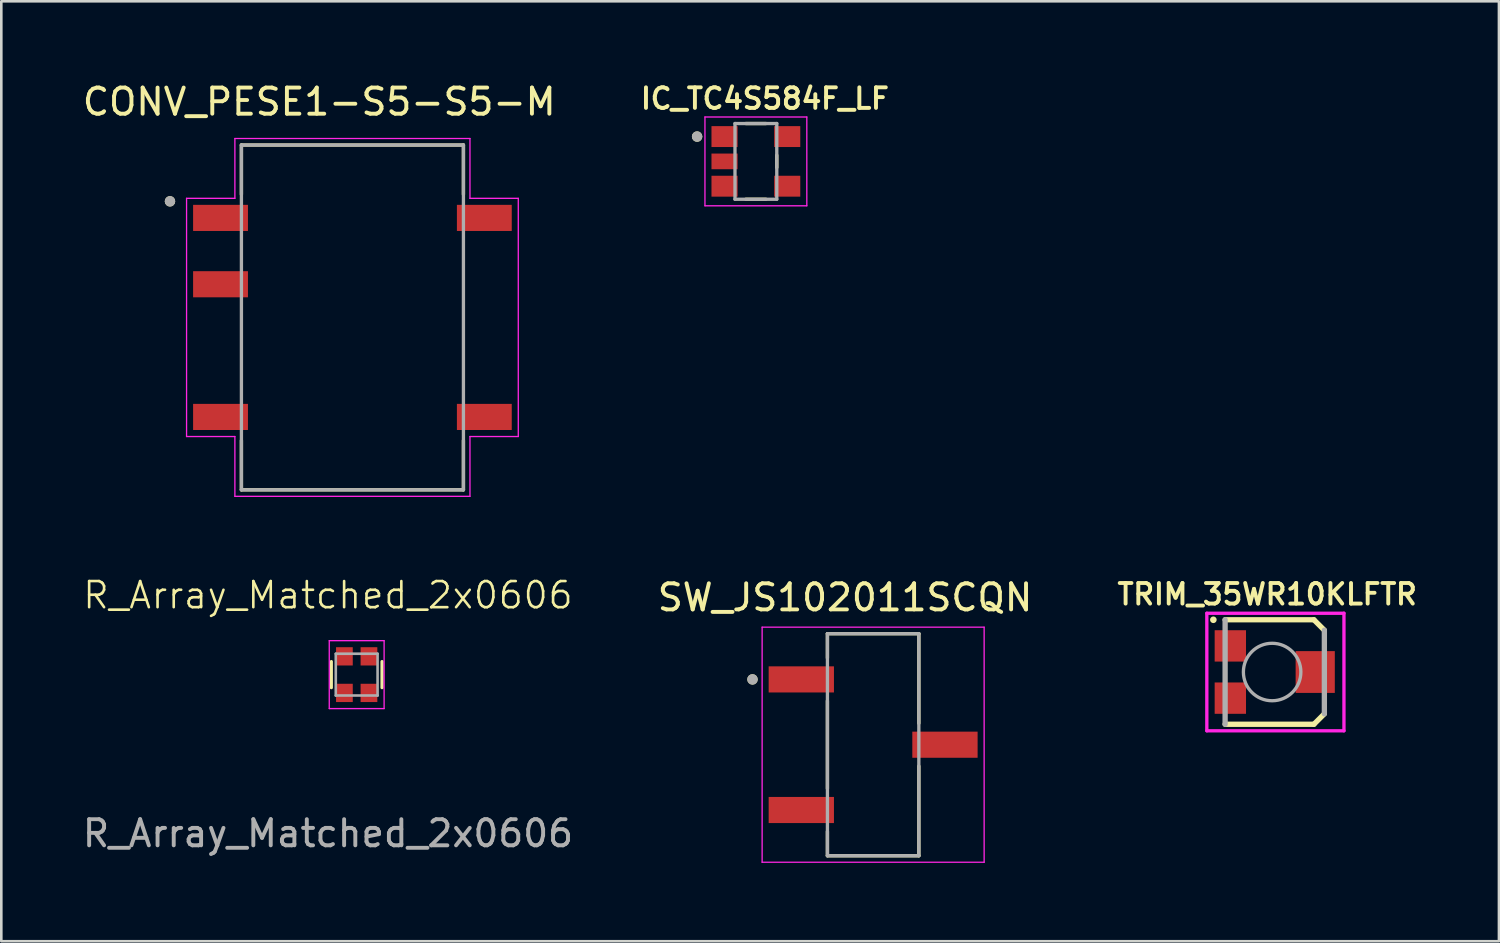
<source format=kicad_pcb>
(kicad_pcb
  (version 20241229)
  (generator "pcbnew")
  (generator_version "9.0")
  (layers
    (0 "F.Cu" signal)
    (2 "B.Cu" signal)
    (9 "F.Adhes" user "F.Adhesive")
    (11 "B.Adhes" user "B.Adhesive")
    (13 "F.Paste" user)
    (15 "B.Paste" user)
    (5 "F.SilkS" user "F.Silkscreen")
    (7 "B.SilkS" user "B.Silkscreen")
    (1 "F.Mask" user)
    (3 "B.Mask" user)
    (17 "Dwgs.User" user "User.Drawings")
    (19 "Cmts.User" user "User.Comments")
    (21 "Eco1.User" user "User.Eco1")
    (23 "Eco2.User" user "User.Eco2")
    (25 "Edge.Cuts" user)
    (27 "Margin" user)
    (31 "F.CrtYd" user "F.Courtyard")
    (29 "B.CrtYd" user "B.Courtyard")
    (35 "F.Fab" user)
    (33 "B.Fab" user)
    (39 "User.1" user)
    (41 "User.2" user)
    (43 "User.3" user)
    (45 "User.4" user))
  (footprint "CONV_PESE1-S5-S5-M"
    (layer "F.Cu")
    (at 10.443 9.103)
    (property "Reference" "CONV_PESE1-S5-S5-M" (at -1.27 -8.255 0) (layer "F.SilkS") (effects (font (size 1 1) (thickness 0.15))))
    (attr smd)
    (fp_line (start -4.25 -6.6) (end -4.25 -4.71) (stroke (width 0.127) (type solid)) (layer "F.SilkS"))
    (fp_line (start -4.25 -6.6) (end 4.25 -6.6) (stroke (width 0.127) (type solid)) (layer "F.SilkS"))
    (fp_line (start -4.25 6.6) (end -4.25 4.71) (stroke (width 0.127) (type solid)) (layer "F.SilkS"))
    (fp_line (start 4.25 -6.6) (end 4.25 -4.71) (stroke (width 0.127) (type solid)) (layer "F.SilkS"))
    (fp_line (start 4.25 6.6) (end -4.25 6.6) (stroke (width 0.127) (type solid)) (layer "F.SilkS"))
    (fp_line (start 4.25 6.6) (end 4.25 4.71) (stroke (width 0.127) (type solid)) (layer "F.SilkS"))
    (fp_circle (center -6.985 -4.445) (end -6.885 -4.445) (stroke (width 0.2) (type solid)) (fill no) (layer "F.SilkS"))
    (fp_line (start -6.35 -4.56) (end -6.35 4.56) (stroke (width 0.05) (type solid)) (layer "F.CrtYd"))
    (fp_line (start -6.35 4.56) (end -4.5 4.56) (stroke (width 0.05) (type solid)) (layer "F.CrtYd"))
    (fp_line (start -4.5 -6.85) (end -4.5 -4.56) (stroke (width 0.05) (type solid)) (layer "F.CrtYd"))
    (fp_line (start -4.5 -4.56) (end -6.35 -4.56) (stroke (width 0.05) (type solid)) (layer "F.CrtYd"))
    (fp_line (start -4.5 4.56) (end -4.5 6.85) (stroke (width 0.05) (type solid)) (layer "F.CrtYd"))
    (fp_line (start -4.5 6.85) (end 4.5 6.85) (stroke (width 0.05) (type solid)) (layer "F.CrtYd"))
    (fp_line (start 4.5 -6.85) (end -4.5 -6.85) (stroke (width 0.05) (type solid)) (layer "F.CrtYd"))
    (fp_line (start 4.5 -4.56) (end 4.5 -6.85) (stroke (width 0.05) (type solid)) (layer "F.CrtYd"))
    (fp_line (start 4.5 4.56) (end 6.35 4.56) (stroke (width 0.05) (type solid)) (layer "F.CrtYd"))
    (fp_line (start 4.5 6.85) (end 4.5 4.56) (stroke (width 0.05) (type solid)) (layer "F.CrtYd"))
    (fp_line (start 6.35 -4.56) (end 4.5 -4.56) (stroke (width 0.05) (type solid)) (layer "F.CrtYd"))
    (fp_line (start 6.35 4.56) (end 6.35 -4.56) (stroke (width 0.05) (type solid)) (layer "F.CrtYd"))
    (fp_line (start -4.25 -6.6) (end 4.25 -6.6) (stroke (width 0.127) (type solid)) (layer "F.Fab"))
    (fp_line (start -4.25 6.6) (end -4.25 -6.6) (stroke (width 0.127) (type solid)) (layer "F.Fab"))
    (fp_line (start 4.25 -6.6) (end 4.25 6.6) (stroke (width 0.127) (type solid)) (layer "F.Fab"))
    (fp_line (start 4.25 6.6) (end -4.25 6.6) (stroke (width 0.127) (type solid)) (layer "F.Fab"))
    (fp_circle (center -6.985 -4.445) (end -6.885 -4.445) (stroke (width 0.2) (type solid)) (fill no) (layer "F.Fab"))
    (pad "1" smd rect (at -5.05 -3.81) (size 2.1 1) (layers "F.Cu" "F.Mask" "F.Paste"))
    (pad "2" smd rect (at -5.05 -1.27) (size 2.1 1) (layers "F.Cu" "F.Mask" "F.Paste"))
    (pad "4" smd rect (at -5.05 3.81) (size 2.1 1) (layers "F.Cu" "F.Mask" "F.Paste"))
    (pad "5" smd rect (at 5.05 3.81) (size 2.1 1) (layers "F.Cu" "F.Mask" "F.Paste"))
    (pad "8" smd rect (at 5.05 -3.81) (size 2.1 1) (layers "F.Cu" "F.Mask" "F.Paste")))
  (footprint "TRIM_35WR10KLFTR"
    (layer "F.Cu")
    (at 45.655 22.679)
    (property "Reference" "TRIM_35WR10KLFTR" (at -0.188 -2.977 0) (layer "F.SilkS") (effects (font (size 0.788 0.788) (thickness 0.15))))
    (attr smd)
    (fp_line (start -1.8 -2) (end 1.6 -2) (stroke (width 0.203) (type solid)) (layer "F.SilkS"))
    (fp_line (start -1.8 2) (end 1.6 2) (stroke (width 0.203) (type solid)) (layer "F.SilkS"))
    (fp_line (start 1.6 -2) (end 2 -1.6) (stroke (width 0.203) (type solid)) (layer "F.SilkS"))
    (fp_line (start 1.6 2) (end 2 1.6) (stroke (width 0.203) (type solid)) (layer "F.SilkS"))
    (fp_circle (center -2.25 -2) (end -2.123 -2) (stroke (width 0) (type solid)) (fill yes) (layer "F.SilkS"))
    (fp_line (start -2.5 -2.25) (end 2.75 -2.25) (stroke (width 0.127) (type solid)) (layer "F.CrtYd"))
    (fp_line (start -2.5 2.25) (end -2.5 -2.25) (stroke (width 0.127) (type solid)) (layer "F.CrtYd"))
    (fp_line (start 2.75 -2.25) (end 2.75 2.25) (stroke (width 0.127) (type solid)) (layer "F.CrtYd"))
    (fp_line (start 2.75 2.25) (end -2.5 2.25) (stroke (width 0.127) (type solid)) (layer "F.CrtYd"))
    (fp_line (start -1.8 -2) (end -1.8 2) (stroke (width 0.203) (type solid)) (layer "F.Fab"))
    (fp_line (start 2 -1.6) (end 2 1.6) (stroke (width 0.203) (type solid)) (layer "F.Fab"))
    (fp_circle (center 0 0) (end 1.1 0) (stroke (width 0.127) (type solid)) (fill no) (layer "F.Fab"))
    (pad "1" smd rect (at -1.6 -1) (size 1.2 1.2) (layers "F.Cu" "F.Mask" "F.Paste"))
    (pad "2" smd rect (at 1.65 0) (size 1.5 1.6) (layers "F.Cu" "F.Mask" "F.Paste"))
    (pad "3" smd rect (at -1.6 1) (size 1.2 1.2) (layers "F.Cu" "F.Mask" "F.Paste")))
  (footprint "R_Array_Matched_2x0606"
    (layer "F.Cu")
    (at 9.506 22.279)
    (property "Reference" "R_Array_Matched_2x0606" (at 0 -2.54 0) (unlocked yes) (layer "F.SilkS") (effects (font (size 1 1) (thickness 0.1))))
    (attr smd)
    (fp_line (start 0.13 0) (end 0.13 1) (stroke (width 0.12) (type solid)) (layer "F.SilkS"))
    (fp_line (start 2.07 0) (end 2.07 1) (stroke (width 0.12) (type solid)) (layer "F.SilkS"))
    (fp_line (start 0.05 1.8) (end 0.05 -0.8) (stroke (width 0.05) (type solid)) (layer "F.CrtYd"))
    (fp_line (start 0.05 1.8) (end 2.15 1.8) (stroke (width 0.05) (type solid)) (layer "F.CrtYd"))
    (fp_line (start 2.15 -0.8) (end 0.05 -0.8) (stroke (width 0.05) (type solid)) (layer "F.CrtYd"))
    (fp_line (start 2.15 -0.8) (end 2.15 1.8) (stroke (width 0.05) (type solid)) (layer "F.CrtYd"))
    (fp_line (start 0.3 -0.3) (end 1.9 -0.3) (stroke (width 0.1) (type solid)) (layer "F.Fab"))
    (fp_line (start 0.3 1.3) (end 0.3 -0.3) (stroke (width 0.1) (type solid)) (layer "F.Fab"))
    (fp_line (start 1.9 -0.3) (end 1.9 1.3) (stroke (width 0.1) (type solid)) (layer "F.Fab"))
    (fp_line (start 1.9 1.3) (end 0.3 1.3) (stroke (width 0.1) (type solid)) (layer "F.Fab"))
    (fp_text user "${REFERENCE}" (at 0 6.58 0) (unlocked yes) (layer "F.Fab") (effects (font (size 1 1) (thickness 0.15))))
    (pad "1" smd rect (at 0.63 1.2 90) (size 0.7 0.64) (layers "F.Cu" "F.Mask" "F.Paste"))
    (pad "2" smd rect (at 1.57 1.2 90) (size 0.7 0.64) (layers "F.Cu" "F.Mask" "F.Paste"))
    (pad "3" smd rect (at 1.57 -0.2 90) (size 0.7 0.64) (layers "F.Cu" "F.Mask" "F.Paste"))
    (pad "4" smd rect (at 0.63 -0.2 90) (size 0.7 0.64) (layers "F.Cu" "F.Mask" "F.Paste")))
  (footprint "SW_JS102011SCQN"
    (layer "F.Cu")
    (at 30.379 25.462)
    (property "Reference" "SW_JS102011SCQN" (at -1.075 -5.635 0) (layer "F.SilkS") (effects (font (size 1 1) (thickness 0.15))))
    (attr smd)
    (fp_line (start -1.75 -4.25) (end 1.75 -4.25) (stroke (width 0.127) (type solid)) (layer "F.SilkS"))
    (fp_line (start -1.75 -3.32) (end -1.75 -4.25) (stroke (width 0.127) (type solid)) (layer "F.SilkS"))
    (fp_line (start -1.75 -1.68) (end -1.75 1.68) (stroke (width 0.127) (type solid)) (layer "F.SilkS"))
    (fp_line (start -1.75 4.25) (end -1.75 3.32) (stroke (width 0.127) (type solid)) (layer "F.SilkS"))
    (fp_line (start 1.75 -4.25) (end 1.75 -0.82) (stroke (width 0.127) (type solid)) (layer "F.SilkS"))
    (fp_line (start 1.75 0.82) (end 1.75 4.25) (stroke (width 0.127) (type solid)) (layer "F.SilkS"))
    (fp_line (start 1.75 4.25) (end -1.75 4.25) (stroke (width 0.127) (type solid)) (layer "F.SilkS"))
    (fp_circle (center -4.619 -2.5) (end -4.519 -2.5) (stroke (width 0.2) (type solid)) (fill no) (layer "F.SilkS"))
    (fp_line (start -4.25 -4.5) (end -4.25 4.5) (stroke (width 0.05) (type solid)) (layer "F.CrtYd"))
    (fp_line (start -4.25 4.5) (end 4.25 4.5) (stroke (width 0.05) (type solid)) (layer "F.CrtYd"))
    (fp_line (start 4.25 -4.5) (end -4.25 -4.5) (stroke (width 0.05) (type solid)) (layer "F.CrtYd"))
    (fp_line (start 4.25 4.5) (end 4.25 -4.5) (stroke (width 0.05) (type solid)) (layer "F.CrtYd"))
    (fp_line (start -1.75 -4.25) (end 1.75 -4.25) (stroke (width 0.127) (type solid)) (layer "F.Fab"))
    (fp_line (start -1.75 4.25) (end -1.75 -4.25) (stroke (width 0.127) (type solid)) (layer "F.Fab"))
    (fp_line (start 1.75 -4.25) (end 1.75 4.25) (stroke (width 0.127) (type solid)) (layer "F.Fab"))
    (fp_line (start 1.75 4.25) (end -1.75 4.25) (stroke (width 0.127) (type solid)) (layer "F.Fab"))
    (fp_circle (center -4.619 -2.5) (end -4.519 -2.5) (stroke (width 0.2) (type solid)) (fill no) (layer "F.Fab"))
    (pad "1" smd rect (at -2.75 -2.5) (size 2.5 1) (layers "F.Cu" "F.Mask" "F.Paste"))
    (pad "2" smd rect (at 2.75 0) (size 2.5 1) (layers "F.Cu" "F.Mask" "F.Paste"))
    (pad "3" smd rect (at -2.75 2.5) (size 2.5 1) (layers "F.Cu" "F.Mask" "F.Paste")))
  (footprint "IC_TC4S584F_LF"
    (layer "F.Cu")
    (at 25.89 3.129)
    (property "Reference" "IC_TC4S584F_LF" (at 0.345 -2.405 0) (layer "F.SilkS") (effects (font (size 0.787 0.787) (thickness 0.15))))
    (attr smd)
    (fp_line (start -0.385 -1.45) (end 0.385 -1.45) (stroke (width 0.127) (type solid)) (layer "F.SilkS"))
    (fp_line (start -0.385 1.45) (end 0.385 1.45) (stroke (width 0.127) (type solid)) (layer "F.SilkS"))
    (fp_line (start 0.8 -0.235) (end 0.8 0.235) (stroke (width 0.127) (type solid)) (layer "F.SilkS"))
    (fp_circle (center -2.25 -0.95) (end -2.15 -0.95) (stroke (width 0.2) (type solid)) (fill no) (layer "F.SilkS"))
    (fp_line (start -1.95 -1.7) (end 1.95 -1.7) (stroke (width 0.05) (type solid)) (layer "F.CrtYd"))
    (fp_line (start -1.95 1.7) (end -1.95 -1.7) (stroke (width 0.05) (type solid)) (layer "F.CrtYd"))
    (fp_line (start 1.95 -1.7) (end 1.95 1.7) (stroke (width 0.05) (type solid)) (layer "F.CrtYd"))
    (fp_line (start 1.95 1.7) (end -1.95 1.7) (stroke (width 0.05) (type solid)) (layer "F.CrtYd"))
    (fp_line (start -0.8 -1.45) (end 0.8 -1.45) (stroke (width 0.127) (type solid)) (layer "F.Fab"))
    (fp_line (start -0.8 1.45) (end -0.8 -1.45) (stroke (width 0.127) (type solid)) (layer "F.Fab"))
    (fp_line (start 0.8 -1.45) (end 0.8 1.45) (stroke (width 0.127) (type solid)) (layer "F.Fab"))
    (fp_line (start 0.8 1.45) (end -0.8 1.45) (stroke (width 0.127) (type solid)) (layer "F.Fab"))
    (fp_circle (center -2.25 -0.95) (end -2.15 -0.95) (stroke (width 0.2) (type solid)) (fill no) (layer "F.Fab"))
    (pad "1" smd rect (at -1.2 -0.95) (size 1 0.8) (layers "F.Cu" "F.Mask" "F.Paste"))
    (pad "2" smd rect (at -1.2 0) (size 1 0.6) (layers "F.Cu" "F.Mask" "F.Paste"))
    (pad "3" smd rect (at -1.2 0.95) (size 1 0.8) (layers "F.Cu" "F.Mask" "F.Paste"))
    (pad "4" smd rect (at 1.2 0.95) (size 1 0.8) (layers "F.Cu" "F.Mask" "F.Paste"))
    (pad "5" smd rect (at 1.2 -0.95) (size 1 0.8) (layers "F.Cu" "F.Mask" "F.Paste")))
  (gr_rect
    (start -3 -3)
    (end 54.339 32.986)
    (stroke (width 0.1) (type default))
    (fill no)
    (layer "Edge.Cuts")))
</source>
